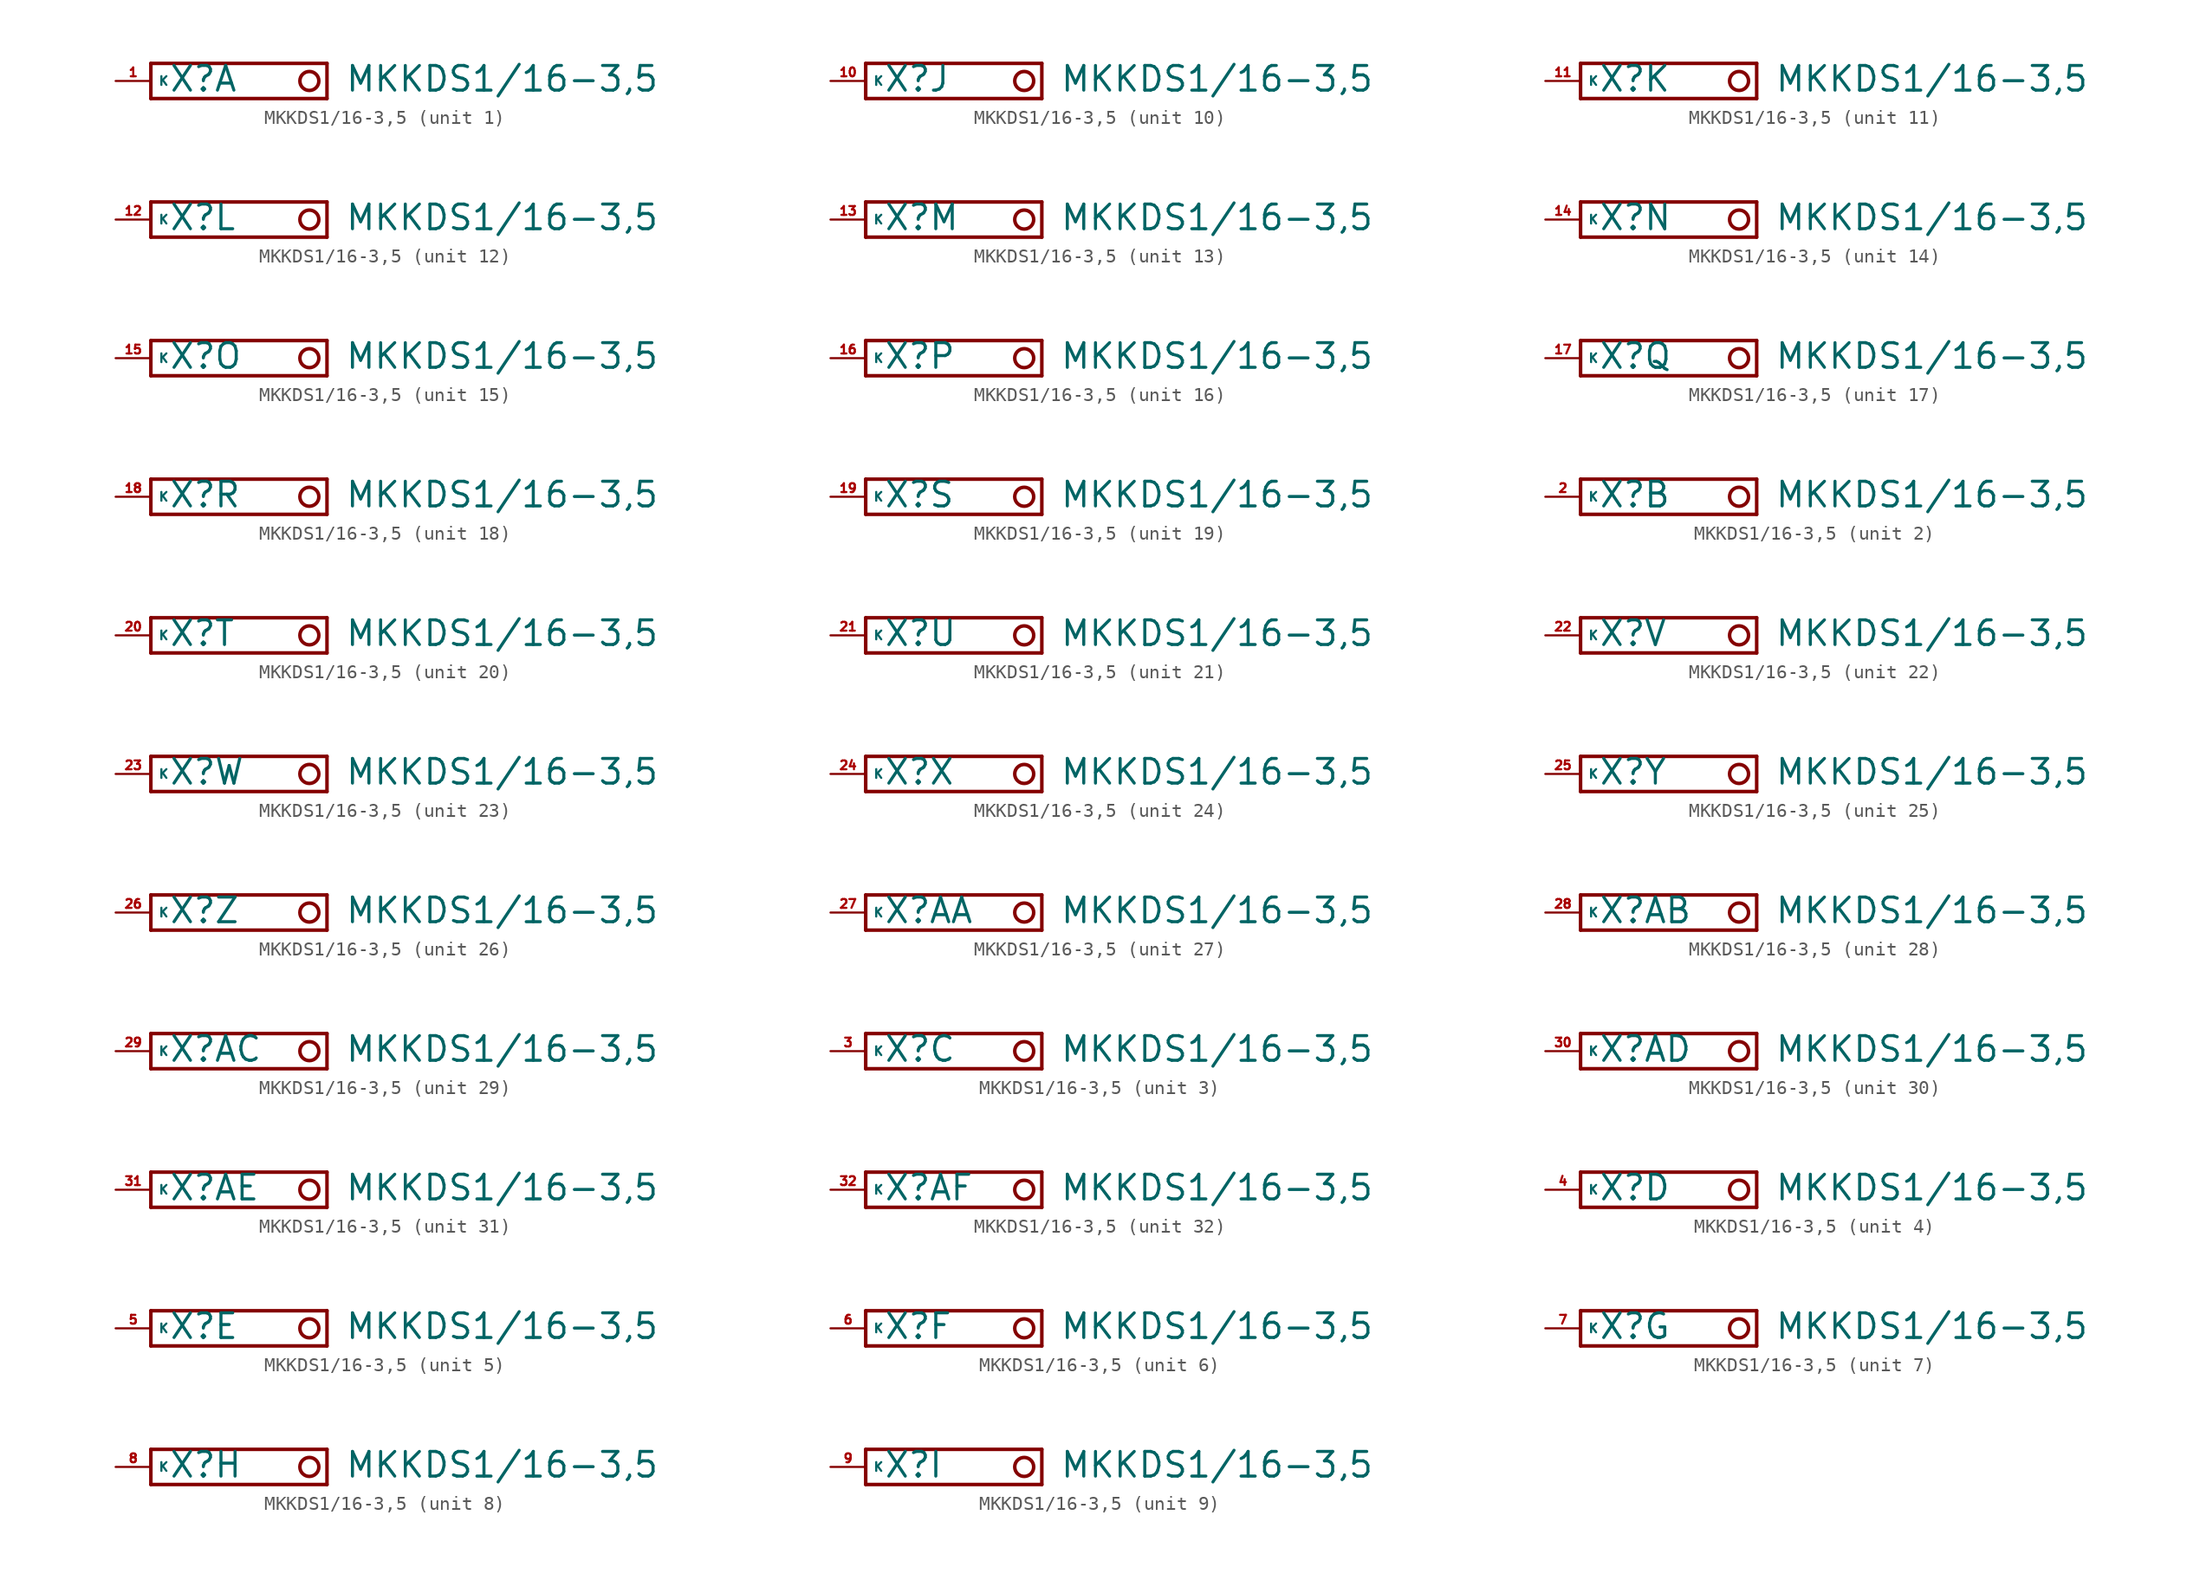
<source format=kicad_sym>
(kicad_symbol_lib
  (version 20220914)
  (generator Eagle2Kicad)
  (symbol "MKKDS1/16-3,5"
    (property "Reference" "X"
      (at 1.27 -0.889 0)
      (effects (font (size 1.778 1.778) (thickness 0.22)) (justify left bottom)))
    (property "Value" "MKKDS1/16-3,5"
      (at 13.97 -0.889 0)
      (effects (font (size 1.778 1.778) (thickness 0.22)) (justify left bottom)))
    (symbol "MKKDS1/16-3,5_1_0"
      (polyline (pts (xy 0 -1.27) (xy 0 1.27)) (stroke (width 0.254) (type default)) (fill (type none)))
      (polyline (pts (xy 12.7 -1.27) (xy 0 -1.27)) (stroke (width 0.254) (type default)) (fill (type none)))
      (polyline (pts (xy 12.7 -1.27) (xy 12.7 1.27)) (stroke (width 0.254) (type default)) (fill (type none)))
      (polyline (pts (xy 0 1.27) (xy 12.7 1.27)) (stroke (width 0.254) (type default)) (fill (type none)))
      (circle (center 11.43 0) (radius 0.684) (stroke (width 0.254) (type default)) (fill (type none)))
      (pin passive line (at -2.54 0 0) (length 2.54) (name "K" (effects (font (size 0.635 0.635) (thickness 0.08)) (justify left bottom))) (number "1" (effects (font (size 0.635 0.635) (thickness 0.08)) (justify left bottom)))))
    (symbol "MKKDS1/16-3,5_2_0"
      (polyline (pts (xy 0 -1.27) (xy 0 1.27)) (stroke (width 0.254) (type default)) (fill (type none)))
      (polyline (pts (xy 12.7 -1.27) (xy 0 -1.27)) (stroke (width 0.254) (type default)) (fill (type none)))
      (polyline (pts (xy 12.7 -1.27) (xy 12.7 1.27)) (stroke (width 0.254) (type default)) (fill (type none)))
      (polyline (pts (xy 0 1.27) (xy 12.7 1.27)) (stroke (width 0.254) (type default)) (fill (type none)))
      (circle (center 11.43 0) (radius 0.684) (stroke (width 0.254) (type default)) (fill (type none)))
      (pin passive line (at -2.54 0 0) (length 2.54) (name "K" (effects (font (size 0.635 0.635) (thickness 0.08)) (justify left bottom))) (number "2" (effects (font (size 0.635 0.635) (thickness 0.08)) (justify left bottom)))))
    (symbol "MKKDS1/16-3,5_3_0"
      (polyline (pts (xy 0 -1.27) (xy 0 1.27)) (stroke (width 0.254) (type default)) (fill (type none)))
      (polyline (pts (xy 12.7 -1.27) (xy 0 -1.27)) (stroke (width 0.254) (type default)) (fill (type none)))
      (polyline (pts (xy 12.7 -1.27) (xy 12.7 1.27)) (stroke (width 0.254) (type default)) (fill (type none)))
      (polyline (pts (xy 0 1.27) (xy 12.7 1.27)) (stroke (width 0.254) (type default)) (fill (type none)))
      (circle (center 11.43 0) (radius 0.684) (stroke (width 0.254) (type default)) (fill (type none)))
      (pin passive line (at -2.54 0 0) (length 2.54) (name "K" (effects (font (size 0.635 0.635) (thickness 0.08)) (justify left bottom))) (number "3" (effects (font (size 0.635 0.635) (thickness 0.08)) (justify left bottom)))))
    (symbol "MKKDS1/16-3,5_4_0"
      (polyline (pts (xy 0 -1.27) (xy 0 1.27)) (stroke (width 0.254) (type default)) (fill (type none)))
      (polyline (pts (xy 12.7 -1.27) (xy 0 -1.27)) (stroke (width 0.254) (type default)) (fill (type none)))
      (polyline (pts (xy 12.7 -1.27) (xy 12.7 1.27)) (stroke (width 0.254) (type default)) (fill (type none)))
      (polyline (pts (xy 0 1.27) (xy 12.7 1.27)) (stroke (width 0.254) (type default)) (fill (type none)))
      (circle (center 11.43 0) (radius 0.684) (stroke (width 0.254) (type default)) (fill (type none)))
      (pin passive line (at -2.54 0 0) (length 2.54) (name "K" (effects (font (size 0.635 0.635) (thickness 0.08)) (justify left bottom))) (number "4" (effects (font (size 0.635 0.635) (thickness 0.08)) (justify left bottom)))))
    (symbol "MKKDS1/16-3,5_5_0"
      (polyline (pts (xy 0 -1.27) (xy 0 1.27)) (stroke (width 0.254) (type default)) (fill (type none)))
      (polyline (pts (xy 12.7 -1.27) (xy 0 -1.27)) (stroke (width 0.254) (type default)) (fill (type none)))
      (polyline (pts (xy 12.7 -1.27) (xy 12.7 1.27)) (stroke (width 0.254) (type default)) (fill (type none)))
      (polyline (pts (xy 0 1.27) (xy 12.7 1.27)) (stroke (width 0.254) (type default)) (fill (type none)))
      (circle (center 11.43 0) (radius 0.684) (stroke (width 0.254) (type default)) (fill (type none)))
      (pin passive line (at -2.54 0 0) (length 2.54) (name "K" (effects (font (size 0.635 0.635) (thickness 0.08)) (justify left bottom))) (number "5" (effects (font (size 0.635 0.635) (thickness 0.08)) (justify left bottom)))))
    (symbol "MKKDS1/16-3,5_6_0"
      (polyline (pts (xy 0 -1.27) (xy 0 1.27)) (stroke (width 0.254) (type default)) (fill (type none)))
      (polyline (pts (xy 12.7 -1.27) (xy 0 -1.27)) (stroke (width 0.254) (type default)) (fill (type none)))
      (polyline (pts (xy 12.7 -1.27) (xy 12.7 1.27)) (stroke (width 0.254) (type default)) (fill (type none)))
      (polyline (pts (xy 0 1.27) (xy 12.7 1.27)) (stroke (width 0.254) (type default)) (fill (type none)))
      (circle (center 11.43 0) (radius 0.684) (stroke (width 0.254) (type default)) (fill (type none)))
      (pin passive line (at -2.54 0 0) (length 2.54) (name "K" (effects (font (size 0.635 0.635) (thickness 0.08)) (justify left bottom))) (number "6" (effects (font (size 0.635 0.635) (thickness 0.08)) (justify left bottom)))))
    (symbol "MKKDS1/16-3,5_7_0"
      (polyline (pts (xy 0 -1.27) (xy 0 1.27)) (stroke (width 0.254) (type default)) (fill (type none)))
      (polyline (pts (xy 12.7 -1.27) (xy 0 -1.27)) (stroke (width 0.254) (type default)) (fill (type none)))
      (polyline (pts (xy 12.7 -1.27) (xy 12.7 1.27)) (stroke (width 0.254) (type default)) (fill (type none)))
      (polyline (pts (xy 0 1.27) (xy 12.7 1.27)) (stroke (width 0.254) (type default)) (fill (type none)))
      (circle (center 11.43 0) (radius 0.684) (stroke (width 0.254) (type default)) (fill (type none)))
      (pin passive line (at -2.54 0 0) (length 2.54) (name "K" (effects (font (size 0.635 0.635) (thickness 0.08)) (justify left bottom))) (number "7" (effects (font (size 0.635 0.635) (thickness 0.08)) (justify left bottom)))))
    (symbol "MKKDS1/16-3,5_8_0"
      (polyline (pts (xy 0 -1.27) (xy 0 1.27)) (stroke (width 0.254) (type default)) (fill (type none)))
      (polyline (pts (xy 12.7 -1.27) (xy 0 -1.27)) (stroke (width 0.254) (type default)) (fill (type none)))
      (polyline (pts (xy 12.7 -1.27) (xy 12.7 1.27)) (stroke (width 0.254) (type default)) (fill (type none)))
      (polyline (pts (xy 0 1.27) (xy 12.7 1.27)) (stroke (width 0.254) (type default)) (fill (type none)))
      (circle (center 11.43 0) (radius 0.684) (stroke (width 0.254) (type default)) (fill (type none)))
      (pin passive line (at -2.54 0 0) (length 2.54) (name "K" (effects (font (size 0.635 0.635) (thickness 0.08)) (justify left bottom))) (number "8" (effects (font (size 0.635 0.635) (thickness 0.08)) (justify left bottom)))))
    (symbol "MKKDS1/16-3,5_9_0"
      (polyline (pts (xy 0 -1.27) (xy 0 1.27)) (stroke (width 0.254) (type default)) (fill (type none)))
      (polyline (pts (xy 12.7 -1.27) (xy 0 -1.27)) (stroke (width 0.254) (type default)) (fill (type none)))
      (polyline (pts (xy 12.7 -1.27) (xy 12.7 1.27)) (stroke (width 0.254) (type default)) (fill (type none)))
      (polyline (pts (xy 0 1.27) (xy 12.7 1.27)) (stroke (width 0.254) (type default)) (fill (type none)))
      (circle (center 11.43 0) (radius 0.684) (stroke (width 0.254) (type default)) (fill (type none)))
      (pin passive line (at -2.54 0 0) (length 2.54) (name "K" (effects (font (size 0.635 0.635) (thickness 0.08)) (justify left bottom))) (number "9" (effects (font (size 0.635 0.635) (thickness 0.08)) (justify left bottom)))))
    (symbol "MKKDS1/16-3,5_10_0"
      (polyline (pts (xy 0 -1.27) (xy 0 1.27)) (stroke (width 0.254) (type default)) (fill (type none)))
      (polyline (pts (xy 12.7 -1.27) (xy 0 -1.27)) (stroke (width 0.254) (type default)) (fill (type none)))
      (polyline (pts (xy 12.7 -1.27) (xy 12.7 1.27)) (stroke (width 0.254) (type default)) (fill (type none)))
      (polyline (pts (xy 0 1.27) (xy 12.7 1.27)) (stroke (width 0.254) (type default)) (fill (type none)))
      (circle (center 11.43 0) (radius 0.684) (stroke (width 0.254) (type default)) (fill (type none)))
      (pin passive line (at -2.54 0 0) (length 2.54) (name "K" (effects (font (size 0.635 0.635) (thickness 0.08)) (justify left bottom))) (number "10" (effects (font (size 0.635 0.635) (thickness 0.08)) (justify left bottom)))))
    (symbol "MKKDS1/16-3,5_11_0"
      (polyline (pts (xy 0 -1.27) (xy 0 1.27)) (stroke (width 0.254) (type default)) (fill (type none)))
      (polyline (pts (xy 12.7 -1.27) (xy 0 -1.27)) (stroke (width 0.254) (type default)) (fill (type none)))
      (polyline (pts (xy 12.7 -1.27) (xy 12.7 1.27)) (stroke (width 0.254) (type default)) (fill (type none)))
      (polyline (pts (xy 0 1.27) (xy 12.7 1.27)) (stroke (width 0.254) (type default)) (fill (type none)))
      (circle (center 11.43 0) (radius 0.684) (stroke (width 0.254) (type default)) (fill (type none)))
      (pin passive line (at -2.54 0 0) (length 2.54) (name "K" (effects (font (size 0.635 0.635) (thickness 0.08)) (justify left bottom))) (number "11" (effects (font (size 0.635 0.635) (thickness 0.08)) (justify left bottom)))))
    (symbol "MKKDS1/16-3,5_12_0"
      (polyline (pts (xy 0 -1.27) (xy 0 1.27)) (stroke (width 0.254) (type default)) (fill (type none)))
      (polyline (pts (xy 12.7 -1.27) (xy 0 -1.27)) (stroke (width 0.254) (type default)) (fill (type none)))
      (polyline (pts (xy 12.7 -1.27) (xy 12.7 1.27)) (stroke (width 0.254) (type default)) (fill (type none)))
      (polyline (pts (xy 0 1.27) (xy 12.7 1.27)) (stroke (width 0.254) (type default)) (fill (type none)))
      (circle (center 11.43 0) (radius 0.684) (stroke (width 0.254) (type default)) (fill (type none)))
      (pin passive line (at -2.54 0 0) (length 2.54) (name "K" (effects (font (size 0.635 0.635) (thickness 0.08)) (justify left bottom))) (number "12" (effects (font (size 0.635 0.635) (thickness 0.08)) (justify left bottom)))))
    (symbol "MKKDS1/16-3,5_13_0"
      (polyline (pts (xy 0 -1.27) (xy 0 1.27)) (stroke (width 0.254) (type default)) (fill (type none)))
      (polyline (pts (xy 12.7 -1.27) (xy 0 -1.27)) (stroke (width 0.254) (type default)) (fill (type none)))
      (polyline (pts (xy 12.7 -1.27) (xy 12.7 1.27)) (stroke (width 0.254) (type default)) (fill (type none)))
      (polyline (pts (xy 0 1.27) (xy 12.7 1.27)) (stroke (width 0.254) (type default)) (fill (type none)))
      (circle (center 11.43 0) (radius 0.684) (stroke (width 0.254) (type default)) (fill (type none)))
      (pin passive line (at -2.54 0 0) (length 2.54) (name "K" (effects (font (size 0.635 0.635) (thickness 0.08)) (justify left bottom))) (number "13" (effects (font (size 0.635 0.635) (thickness 0.08)) (justify left bottom)))))
    (symbol "MKKDS1/16-3,5_14_0"
      (polyline (pts (xy 0 -1.27) (xy 0 1.27)) (stroke (width 0.254) (type default)) (fill (type none)))
      (polyline (pts (xy 12.7 -1.27) (xy 0 -1.27)) (stroke (width 0.254) (type default)) (fill (type none)))
      (polyline (pts (xy 12.7 -1.27) (xy 12.7 1.27)) (stroke (width 0.254) (type default)) (fill (type none)))
      (polyline (pts (xy 0 1.27) (xy 12.7 1.27)) (stroke (width 0.254) (type default)) (fill (type none)))
      (circle (center 11.43 0) (radius 0.684) (stroke (width 0.254) (type default)) (fill (type none)))
      (pin passive line (at -2.54 0 0) (length 2.54) (name "K" (effects (font (size 0.635 0.635) (thickness 0.08)) (justify left bottom))) (number "14" (effects (font (size 0.635 0.635) (thickness 0.08)) (justify left bottom)))))
    (symbol "MKKDS1/16-3,5_15_0"
      (polyline (pts (xy 0 -1.27) (xy 0 1.27)) (stroke (width 0.254) (type default)) (fill (type none)))
      (polyline (pts (xy 12.7 -1.27) (xy 0 -1.27)) (stroke (width 0.254) (type default)) (fill (type none)))
      (polyline (pts (xy 12.7 -1.27) (xy 12.7 1.27)) (stroke (width 0.254) (type default)) (fill (type none)))
      (polyline (pts (xy 0 1.27) (xy 12.7 1.27)) (stroke (width 0.254) (type default)) (fill (type none)))
      (circle (center 11.43 0) (radius 0.684) (stroke (width 0.254) (type default)) (fill (type none)))
      (pin passive line (at -2.54 0 0) (length 2.54) (name "K" (effects (font (size 0.635 0.635) (thickness 0.08)) (justify left bottom))) (number "15" (effects (font (size 0.635 0.635) (thickness 0.08)) (justify left bottom)))))
    (symbol "MKKDS1/16-3,5_16_0"
      (polyline (pts (xy 0 -1.27) (xy 0 1.27)) (stroke (width 0.254) (type default)) (fill (type none)))
      (polyline (pts (xy 12.7 -1.27) (xy 0 -1.27)) (stroke (width 0.254) (type default)) (fill (type none)))
      (polyline (pts (xy 12.7 -1.27) (xy 12.7 1.27)) (stroke (width 0.254) (type default)) (fill (type none)))
      (polyline (pts (xy 0 1.27) (xy 12.7 1.27)) (stroke (width 0.254) (type default)) (fill (type none)))
      (circle (center 11.43 0) (radius 0.684) (stroke (width 0.254) (type default)) (fill (type none)))
      (pin passive line (at -2.54 0 0) (length 2.54) (name "K" (effects (font (size 0.635 0.635) (thickness 0.08)) (justify left bottom))) (number "16" (effects (font (size 0.635 0.635) (thickness 0.08)) (justify left bottom)))))
    (symbol "MKKDS1/16-3,5_17_0"
      (polyline (pts (xy 0 -1.27) (xy 0 1.27)) (stroke (width 0.254) (type default)) (fill (type none)))
      (polyline (pts (xy 12.7 -1.27) (xy 0 -1.27)) (stroke (width 0.254) (type default)) (fill (type none)))
      (polyline (pts (xy 12.7 -1.27) (xy 12.7 1.27)) (stroke (width 0.254) (type default)) (fill (type none)))
      (polyline (pts (xy 0 1.27) (xy 12.7 1.27)) (stroke (width 0.254) (type default)) (fill (type none)))
      (circle (center 11.43 0) (radius 0.684) (stroke (width 0.254) (type default)) (fill (type none)))
      (pin passive line (at -2.54 0 0) (length 2.54) (name "K" (effects (font (size 0.635 0.635) (thickness 0.08)) (justify left bottom))) (number "17" (effects (font (size 0.635 0.635) (thickness 0.08)) (justify left bottom)))))
    (symbol "MKKDS1/16-3,5_18_0"
      (polyline (pts (xy 0 -1.27) (xy 0 1.27)) (stroke (width 0.254) (type default)) (fill (type none)))
      (polyline (pts (xy 12.7 -1.27) (xy 0 -1.27)) (stroke (width 0.254) (type default)) (fill (type none)))
      (polyline (pts (xy 12.7 -1.27) (xy 12.7 1.27)) (stroke (width 0.254) (type default)) (fill (type none)))
      (polyline (pts (xy 0 1.27) (xy 12.7 1.27)) (stroke (width 0.254) (type default)) (fill (type none)))
      (circle (center 11.43 0) (radius 0.684) (stroke (width 0.254) (type default)) (fill (type none)))
      (pin passive line (at -2.54 0 0) (length 2.54) (name "K" (effects (font (size 0.635 0.635) (thickness 0.08)) (justify left bottom))) (number "18" (effects (font (size 0.635 0.635) (thickness 0.08)) (justify left bottom)))))
    (symbol "MKKDS1/16-3,5_19_0"
      (polyline (pts (xy 0 -1.27) (xy 0 1.27)) (stroke (width 0.254) (type default)) (fill (type none)))
      (polyline (pts (xy 12.7 -1.27) (xy 0 -1.27)) (stroke (width 0.254) (type default)) (fill (type none)))
      (polyline (pts (xy 12.7 -1.27) (xy 12.7 1.27)) (stroke (width 0.254) (type default)) (fill (type none)))
      (polyline (pts (xy 0 1.27) (xy 12.7 1.27)) (stroke (width 0.254) (type default)) (fill (type none)))
      (circle (center 11.43 0) (radius 0.684) (stroke (width 0.254) (type default)) (fill (type none)))
      (pin passive line (at -2.54 0 0) (length 2.54) (name "K" (effects (font (size 0.635 0.635) (thickness 0.08)) (justify left bottom))) (number "19" (effects (font (size 0.635 0.635) (thickness 0.08)) (justify left bottom)))))
    (symbol "MKKDS1/16-3,5_20_0"
      (polyline (pts (xy 0 -1.27) (xy 0 1.27)) (stroke (width 0.254) (type default)) (fill (type none)))
      (polyline (pts (xy 12.7 -1.27) (xy 0 -1.27)) (stroke (width 0.254) (type default)) (fill (type none)))
      (polyline (pts (xy 12.7 -1.27) (xy 12.7 1.27)) (stroke (width 0.254) (type default)) (fill (type none)))
      (polyline (pts (xy 0 1.27) (xy 12.7 1.27)) (stroke (width 0.254) (type default)) (fill (type none)))
      (circle (center 11.43 0) (radius 0.684) (stroke (width 0.254) (type default)) (fill (type none)))
      (pin passive line (at -2.54 0 0) (length 2.54) (name "K" (effects (font (size 0.635 0.635) (thickness 0.08)) (justify left bottom))) (number "20" (effects (font (size 0.635 0.635) (thickness 0.08)) (justify left bottom)))))
    (symbol "MKKDS1/16-3,5_21_0"
      (polyline (pts (xy 0 -1.27) (xy 0 1.27)) (stroke (width 0.254) (type default)) (fill (type none)))
      (polyline (pts (xy 12.7 -1.27) (xy 0 -1.27)) (stroke (width 0.254) (type default)) (fill (type none)))
      (polyline (pts (xy 12.7 -1.27) (xy 12.7 1.27)) (stroke (width 0.254) (type default)) (fill (type none)))
      (polyline (pts (xy 0 1.27) (xy 12.7 1.27)) (stroke (width 0.254) (type default)) (fill (type none)))
      (circle (center 11.43 0) (radius 0.684) (stroke (width 0.254) (type default)) (fill (type none)))
      (pin passive line (at -2.54 0 0) (length 2.54) (name "K" (effects (font (size 0.635 0.635) (thickness 0.08)) (justify left bottom))) (number "21" (effects (font (size 0.635 0.635) (thickness 0.08)) (justify left bottom)))))
    (symbol "MKKDS1/16-3,5_22_0"
      (polyline (pts (xy 0 -1.27) (xy 0 1.27)) (stroke (width 0.254) (type default)) (fill (type none)))
      (polyline (pts (xy 12.7 -1.27) (xy 0 -1.27)) (stroke (width 0.254) (type default)) (fill (type none)))
      (polyline (pts (xy 12.7 -1.27) (xy 12.7 1.27)) (stroke (width 0.254) (type default)) (fill (type none)))
      (polyline (pts (xy 0 1.27) (xy 12.7 1.27)) (stroke (width 0.254) (type default)) (fill (type none)))
      (circle (center 11.43 0) (radius 0.684) (stroke (width 0.254) (type default)) (fill (type none)))
      (pin passive line (at -2.54 0 0) (length 2.54) (name "K" (effects (font (size 0.635 0.635) (thickness 0.08)) (justify left bottom))) (number "22" (effects (font (size 0.635 0.635) (thickness 0.08)) (justify left bottom)))))
    (symbol "MKKDS1/16-3,5_23_0"
      (polyline (pts (xy 0 -1.27) (xy 0 1.27)) (stroke (width 0.254) (type default)) (fill (type none)))
      (polyline (pts (xy 12.7 -1.27) (xy 0 -1.27)) (stroke (width 0.254) (type default)) (fill (type none)))
      (polyline (pts (xy 12.7 -1.27) (xy 12.7 1.27)) (stroke (width 0.254) (type default)) (fill (type none)))
      (polyline (pts (xy 0 1.27) (xy 12.7 1.27)) (stroke (width 0.254) (type default)) (fill (type none)))
      (circle (center 11.43 0) (radius 0.684) (stroke (width 0.254) (type default)) (fill (type none)))
      (pin passive line (at -2.54 0 0) (length 2.54) (name "K" (effects (font (size 0.635 0.635) (thickness 0.08)) (justify left bottom))) (number "23" (effects (font (size 0.635 0.635) (thickness 0.08)) (justify left bottom)))))
    (symbol "MKKDS1/16-3,5_24_0"
      (polyline (pts (xy 0 -1.27) (xy 0 1.27)) (stroke (width 0.254) (type default)) (fill (type none)))
      (polyline (pts (xy 12.7 -1.27) (xy 0 -1.27)) (stroke (width 0.254) (type default)) (fill (type none)))
      (polyline (pts (xy 12.7 -1.27) (xy 12.7 1.27)) (stroke (width 0.254) (type default)) (fill (type none)))
      (polyline (pts (xy 0 1.27) (xy 12.7 1.27)) (stroke (width 0.254) (type default)) (fill (type none)))
      (circle (center 11.43 0) (radius 0.684) (stroke (width 0.254) (type default)) (fill (type none)))
      (pin passive line (at -2.54 0 0) (length 2.54) (name "K" (effects (font (size 0.635 0.635) (thickness 0.08)) (justify left bottom))) (number "24" (effects (font (size 0.635 0.635) (thickness 0.08)) (justify left bottom)))))
    (symbol "MKKDS1/16-3,5_25_0"
      (polyline (pts (xy 0 -1.27) (xy 0 1.27)) (stroke (width 0.254) (type default)) (fill (type none)))
      (polyline (pts (xy 12.7 -1.27) (xy 0 -1.27)) (stroke (width 0.254) (type default)) (fill (type none)))
      (polyline (pts (xy 12.7 -1.27) (xy 12.7 1.27)) (stroke (width 0.254) (type default)) (fill (type none)))
      (polyline (pts (xy 0 1.27) (xy 12.7 1.27)) (stroke (width 0.254) (type default)) (fill (type none)))
      (circle (center 11.43 0) (radius 0.684) (stroke (width 0.254) (type default)) (fill (type none)))
      (pin passive line (at -2.54 0 0) (length 2.54) (name "K" (effects (font (size 0.635 0.635) (thickness 0.08)) (justify left bottom))) (number "25" (effects (font (size 0.635 0.635) (thickness 0.08)) (justify left bottom)))))
    (symbol "MKKDS1/16-3,5_26_0"
      (polyline (pts (xy 0 -1.27) (xy 0 1.27)) (stroke (width 0.254) (type default)) (fill (type none)))
      (polyline (pts (xy 12.7 -1.27) (xy 0 -1.27)) (stroke (width 0.254) (type default)) (fill (type none)))
      (polyline (pts (xy 12.7 -1.27) (xy 12.7 1.27)) (stroke (width 0.254) (type default)) (fill (type none)))
      (polyline (pts (xy 0 1.27) (xy 12.7 1.27)) (stroke (width 0.254) (type default)) (fill (type none)))
      (circle (center 11.43 0) (radius 0.684) (stroke (width 0.254) (type default)) (fill (type none)))
      (pin passive line (at -2.54 0 0) (length 2.54) (name "K" (effects (font (size 0.635 0.635) (thickness 0.08)) (justify left bottom))) (number "26" (effects (font (size 0.635 0.635) (thickness 0.08)) (justify left bottom)))))
    (symbol "MKKDS1/16-3,5_27_0"
      (polyline (pts (xy 0 -1.27) (xy 0 1.27)) (stroke (width 0.254) (type default)) (fill (type none)))
      (polyline (pts (xy 12.7 -1.27) (xy 0 -1.27)) (stroke (width 0.254) (type default)) (fill (type none)))
      (polyline (pts (xy 12.7 -1.27) (xy 12.7 1.27)) (stroke (width 0.254) (type default)) (fill (type none)))
      (polyline (pts (xy 0 1.27) (xy 12.7 1.27)) (stroke (width 0.254) (type default)) (fill (type none)))
      (circle (center 11.43 0) (radius 0.684) (stroke (width 0.254) (type default)) (fill (type none)))
      (pin passive line (at -2.54 0 0) (length 2.54) (name "K" (effects (font (size 0.635 0.635) (thickness 0.08)) (justify left bottom))) (number "27" (effects (font (size 0.635 0.635) (thickness 0.08)) (justify left bottom)))))
    (symbol "MKKDS1/16-3,5_28_0"
      (polyline (pts (xy 0 -1.27) (xy 0 1.27)) (stroke (width 0.254) (type default)) (fill (type none)))
      (polyline (pts (xy 12.7 -1.27) (xy 0 -1.27)) (stroke (width 0.254) (type default)) (fill (type none)))
      (polyline (pts (xy 12.7 -1.27) (xy 12.7 1.27)) (stroke (width 0.254) (type default)) (fill (type none)))
      (polyline (pts (xy 0 1.27) (xy 12.7 1.27)) (stroke (width 0.254) (type default)) (fill (type none)))
      (circle (center 11.43 0) (radius 0.684) (stroke (width 0.254) (type default)) (fill (type none)))
      (pin passive line (at -2.54 0 0) (length 2.54) (name "K" (effects (font (size 0.635 0.635) (thickness 0.08)) (justify left bottom))) (number "28" (effects (font (size 0.635 0.635) (thickness 0.08)) (justify left bottom)))))
    (symbol "MKKDS1/16-3,5_29_0"
      (polyline (pts (xy 0 -1.27) (xy 0 1.27)) (stroke (width 0.254) (type default)) (fill (type none)))
      (polyline (pts (xy 12.7 -1.27) (xy 0 -1.27)) (stroke (width 0.254) (type default)) (fill (type none)))
      (polyline (pts (xy 12.7 -1.27) (xy 12.7 1.27)) (stroke (width 0.254) (type default)) (fill (type none)))
      (polyline (pts (xy 0 1.27) (xy 12.7 1.27)) (stroke (width 0.254) (type default)) (fill (type none)))
      (circle (center 11.43 0) (radius 0.684) (stroke (width 0.254) (type default)) (fill (type none)))
      (pin passive line (at -2.54 0 0) (length 2.54) (name "K" (effects (font (size 0.635 0.635) (thickness 0.08)) (justify left bottom))) (number "29" (effects (font (size 0.635 0.635) (thickness 0.08)) (justify left bottom)))))
    (symbol "MKKDS1/16-3,5_30_0"
      (polyline (pts (xy 0 -1.27) (xy 0 1.27)) (stroke (width 0.254) (type default)) (fill (type none)))
      (polyline (pts (xy 12.7 -1.27) (xy 0 -1.27)) (stroke (width 0.254) (type default)) (fill (type none)))
      (polyline (pts (xy 12.7 -1.27) (xy 12.7 1.27)) (stroke (width 0.254) (type default)) (fill (type none)))
      (polyline (pts (xy 0 1.27) (xy 12.7 1.27)) (stroke (width 0.254) (type default)) (fill (type none)))
      (circle (center 11.43 0) (radius 0.684) (stroke (width 0.254) (type default)) (fill (type none)))
      (pin passive line (at -2.54 0 0) (length 2.54) (name "K" (effects (font (size 0.635 0.635) (thickness 0.08)) (justify left bottom))) (number "30" (effects (font (size 0.635 0.635) (thickness 0.08)) (justify left bottom)))))
    (symbol "MKKDS1/16-3,5_31_0"
      (polyline (pts (xy 0 -1.27) (xy 0 1.27)) (stroke (width 0.254) (type default)) (fill (type none)))
      (polyline (pts (xy 12.7 -1.27) (xy 0 -1.27)) (stroke (width 0.254) (type default)) (fill (type none)))
      (polyline (pts (xy 12.7 -1.27) (xy 12.7 1.27)) (stroke (width 0.254) (type default)) (fill (type none)))
      (polyline (pts (xy 0 1.27) (xy 12.7 1.27)) (stroke (width 0.254) (type default)) (fill (type none)))
      (circle (center 11.43 0) (radius 0.684) (stroke (width 0.254) (type default)) (fill (type none)))
      (pin passive line (at -2.54 0 0) (length 2.54) (name "K" (effects (font (size 0.635 0.635) (thickness 0.08)) (justify left bottom))) (number "31" (effects (font (size 0.635 0.635) (thickness 0.08)) (justify left bottom)))))
    (symbol "MKKDS1/16-3,5_32_0"
      (polyline (pts (xy 0 -1.27) (xy 0 1.27)) (stroke (width 0.254) (type default)) (fill (type none)))
      (polyline (pts (xy 12.7 -1.27) (xy 0 -1.27)) (stroke (width 0.254) (type default)) (fill (type none)))
      (polyline (pts (xy 12.7 -1.27) (xy 12.7 1.27)) (stroke (width 0.254) (type default)) (fill (type none)))
      (polyline (pts (xy 0 1.27) (xy 12.7 1.27)) (stroke (width 0.254) (type default)) (fill (type none)))
      (circle (center 11.43 0) (radius 0.684) (stroke (width 0.254) (type default)) (fill (type none)))
      (pin passive line (at -2.54 0 0) (length 2.54) (name "K" (effects (font (size 0.635 0.635) (thickness 0.08)) (justify left bottom))) (number "32" (effects (font (size 0.635 0.635) (thickness 0.08)) (justify left bottom)))))))
</source>
